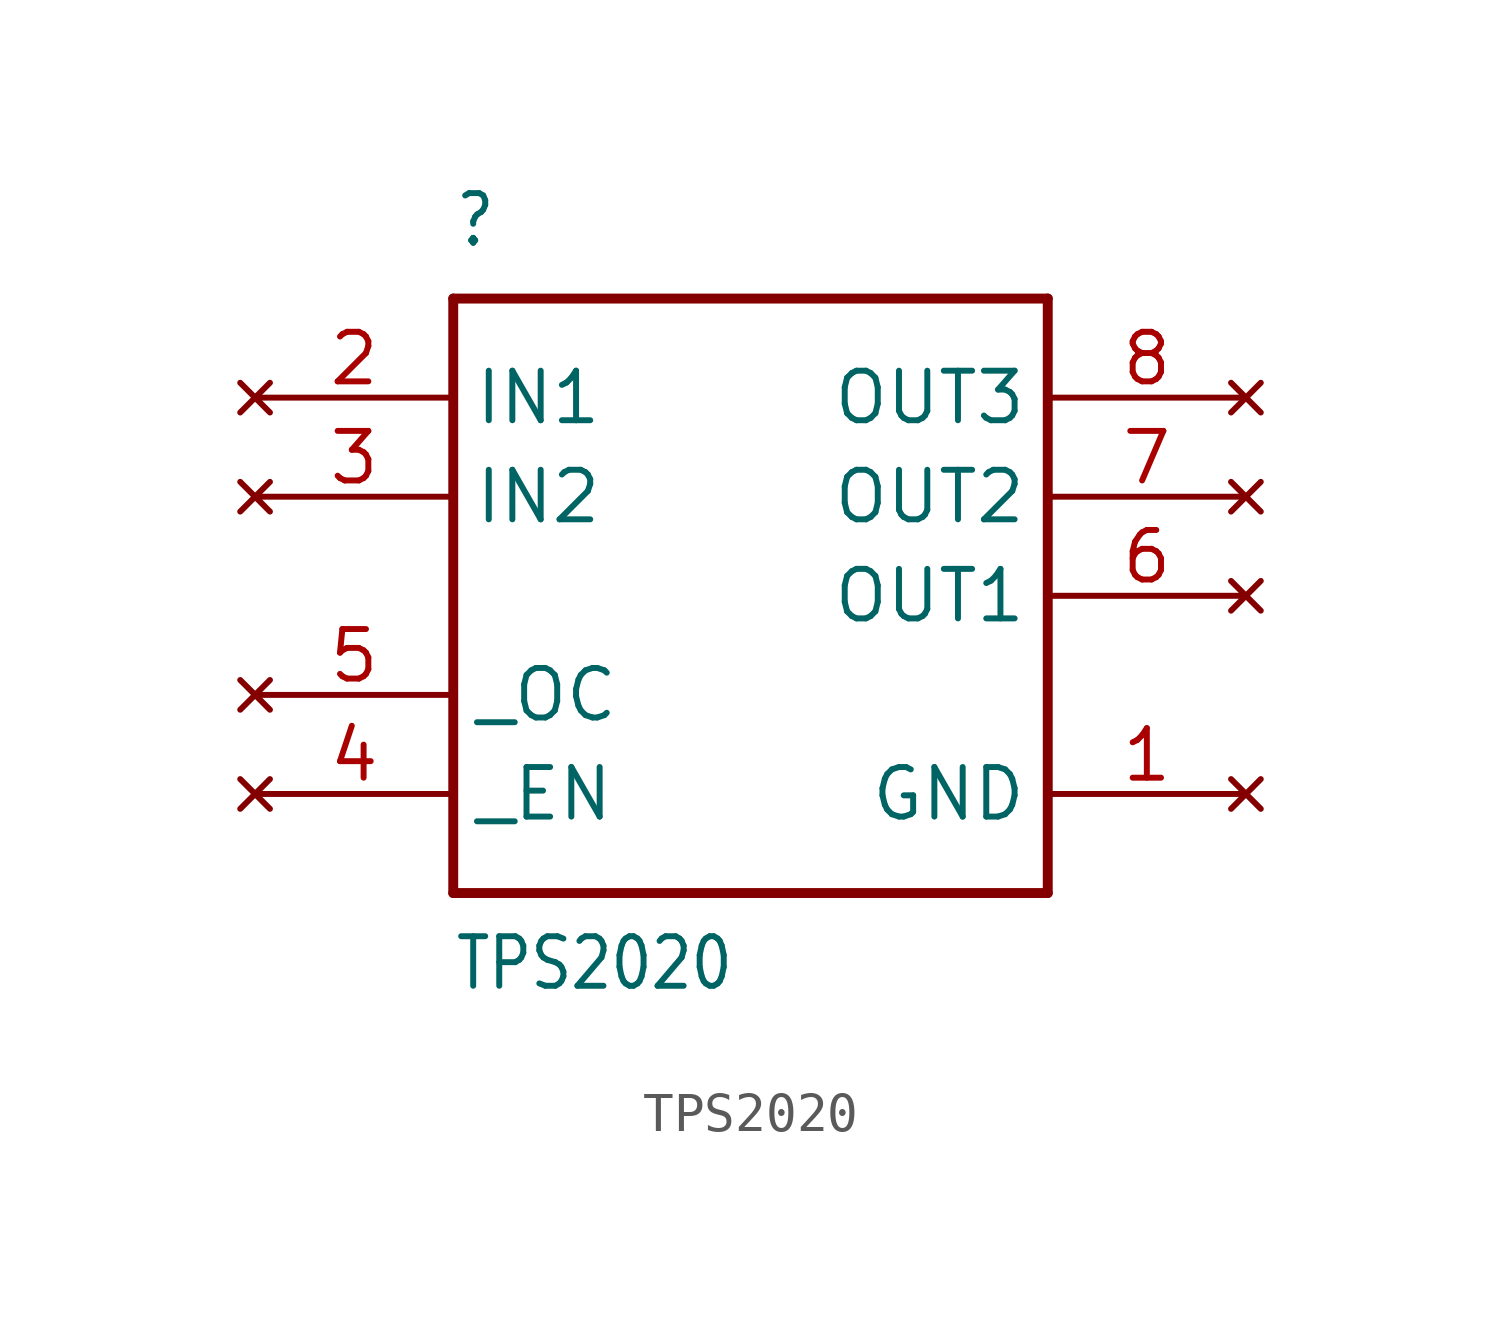
<source format=kicad_sym>
(kicad_symbol_lib
  (version 20211014)
  (generator kicad_symbol_editor)
  (symbol "TPS2020"
    (property "Reference" ""
      (at -7.62 8.89 0)
      (effects (font (size 1.27 1.079)) (justify left bottom)))
    (property "Value" "TPS2020"
      (at -7.62 -10.16 0)
      (effects (font (size 1.27 1.079)) (justify left bottom)))
    (property "ki_locked" ""
      (at 0 0 0)
      (effects (font (size 1.27 1.27))))
    (symbol "TPS2020_1_0"
      (polyline (pts (xy -7.62 -7.62) (xy 7.62 -7.62)) (stroke (width 0.254) (type default) (color 0 0 0 0)) (fill (type none)))
      (polyline (pts (xy -7.62 7.62) (xy -7.62 -7.62)) (stroke (width 0.254) (type default) (color 0 0 0 0)) (fill (type none)))
      (polyline (pts (xy 7.62 -7.62) (xy 7.62 7.62)) (stroke (width 0.254) (type default) (color 0 0 0 0)) (fill (type none)))
      (polyline (pts (xy 7.62 7.62) (xy -7.62 7.62)) (stroke (width 0.254) (type default) (color 0 0 0 0)) (fill (type none)))
      (pin no_connect line (at 12.7 -5.08 180) (length 5.08) (name "GND" (effects (font (size 1.27 1.27)))) (number "1" (effects (font (size 1.27 1.27)))))
      (pin no_connect line (at -12.7 5.08 0) (length 5.08) (name "IN1" (effects (font (size 1.27 1.27)))) (number "2" (effects (font (size 1.27 1.27)))))
      (pin no_connect line (at -12.7 2.54 0) (length 5.08) (name "IN2" (effects (font (size 1.27 1.27)))) (number "3" (effects (font (size 1.27 1.27)))))
      (pin no_connect line (at -12.7 -5.08 0) (length 5.08) (name "_EN" (effects (font (size 1.27 1.27)))) (number "4" (effects (font (size 1.27 1.27)))))
      (pin no_connect line (at -12.7 -2.54 0) (length 5.08) (name "_OC" (effects (font (size 1.27 1.27)))) (number "5" (effects (font (size 1.27 1.27)))))
      (pin no_connect line (at 12.7 0 180) (length 5.08) (name "OUT1" (effects (font (size 1.27 1.27)))) (number "6" (effects (font (size 1.27 1.27)))))
      (pin no_connect line (at 12.7 2.54 180) (length 5.08) (name "OUT2" (effects (font (size 1.27 1.27)))) (number "7" (effects (font (size 1.27 1.27)))))
      (pin no_connect line (at 12.7 5.08 180) (length 5.08) (name "OUT3" (effects (font (size 1.27 1.27)))) (number "8" (effects (font (size 1.27 1.27))))))))
</source>
